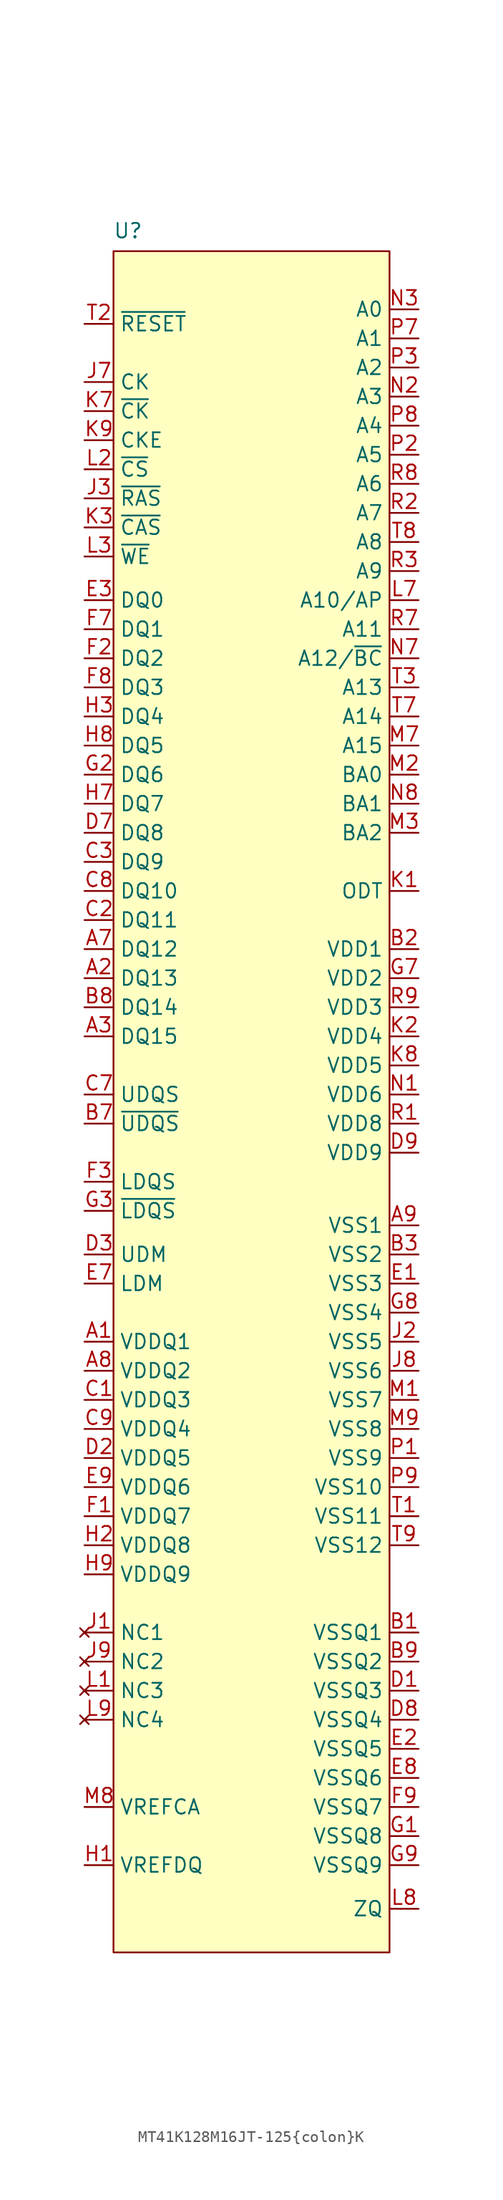
<source format=kicad_sym>
(kicad_symbol_lib
  (version 20231120)
  (generator "kicad_symbol_editor")
  (generator_version "8.0")
  (symbol "MT41K128M16JT-125{colon}K"
    (property "Reference" "U"
      (at -8.89 38.608 0)
      (effects (font (size 1.27 1.27))))
    (property "Value" ""
      (at 0 0 0)
      (effects (font (size 1.27 1.27))))
    (symbol "MT41K128M16JT-125{colon}K_1_1"
      (rectangle (start -10.16 36.83) (end 13.97 -111.76) (stroke (width 0) (type default)) (fill (type background)))
      (pin power_in line (at -12.7 -58.42 0) (length 2.54) (name "VDDQ1" (effects (font (size 1.27 1.27)))) (number "A1" (effects (font (size 1.27 1.27)))))
      (pin bidirectional line (at -12.7 -26.67 0) (length 2.54) (name "DQ13" (effects (font (size 1.27 1.27)))) (number "A2" (effects (font (size 1.27 1.27)))))
      (pin bidirectional line (at -12.7 -31.75 0) (length 2.54) (name "DQ15" (effects (font (size 1.27 1.27)))) (number "A3" (effects (font (size 1.27 1.27)))))
      (pin bidirectional line (at -12.7 -24.13 0) (length 2.54) (name "DQ12" (effects (font (size 1.27 1.27)))) (number "A7" (effects (font (size 1.27 1.27)))))
      (pin power_in line (at -12.7 -60.96 0) (length 2.54) (name "VDDQ2" (effects (font (size 1.27 1.27)))) (number "A8" (effects (font (size 1.27 1.27)))))
      (pin power_in line (at 16.51 -48.26 180) (length 2.54) (name "VSS1" (effects (font (size 1.27 1.27)))) (number "A9" (effects (font (size 1.27 1.27)))))
      (pin power_in line (at 16.51 -83.82 180) (length 2.54) (name "VSSQ1" (effects (font (size 1.27 1.27)))) (number "B1" (effects (font (size 1.27 1.27)))))
      (pin power_in line (at 16.51 -24.13 180) (length 2.54) (name "VDD1" (effects (font (size 1.27 1.27)))) (number "B2" (effects (font (size 1.27 1.27)))))
      (pin power_in line (at 16.51 -50.8 180) (length 2.54) (name "VSS2" (effects (font (size 1.27 1.27)))) (number "B3" (effects (font (size 1.27 1.27)))))
      (pin input line (at -12.7 -39.37 0) (length 2.54) (name "~{UDQS}" (effects (font (size 1.27 1.27)))) (number "B7" (effects (font (size 1.27 1.27)))))
      (pin bidirectional line (at -12.7 -29.21 0) (length 2.54) (name "DQ14" (effects (font (size 1.27 1.27)))) (number "B8" (effects (font (size 1.27 1.27)))))
      (pin power_in line (at 16.51 -86.36 180) (length 2.54) (name "VSSQ2" (effects (font (size 1.27 1.27)))) (number "B9" (effects (font (size 1.27 1.27)))))
      (pin power_in line (at -12.7 -63.5 0) (length 2.54) (name "VDDQ3" (effects (font (size 1.27 1.27)))) (number "C1" (effects (font (size 1.27 1.27)))))
      (pin bidirectional line (at -12.7 -21.59 0) (length 2.54) (name "DQ11" (effects (font (size 1.27 1.27)))) (number "C2" (effects (font (size 1.27 1.27)))))
      (pin bidirectional line (at -12.7 -16.51 0) (length 2.54) (name "DQ9" (effects (font (size 1.27 1.27)))) (number "C3" (effects (font (size 1.27 1.27)))))
      (pin input line (at -12.7 -36.83 0) (length 2.54) (name "UDQS" (effects (font (size 1.27 1.27)))) (number "C7" (effects (font (size 1.27 1.27)))))
      (pin bidirectional line (at -12.7 -19.05 0) (length 2.54) (name "DQ10" (effects (font (size 1.27 1.27)))) (number "C8" (effects (font (size 1.27 1.27)))))
      (pin power_in line (at -12.7 -66.04 0) (length 2.54) (name "VDDQ4" (effects (font (size 1.27 1.27)))) (number "C9" (effects (font (size 1.27 1.27)))))
      (pin power_in line (at 16.51 -88.9 180) (length 2.54) (name "VSSQ3" (effects (font (size 1.27 1.27)))) (number "D1" (effects (font (size 1.27 1.27)))))
      (pin power_in line (at -12.7 -68.58 0) (length 2.54) (name "VDDQ5" (effects (font (size 1.27 1.27)))) (number "D2" (effects (font (size 1.27 1.27)))))
      (pin input line (at -12.7 -50.8 0) (length 2.54) (name "UDM" (effects (font (size 1.27 1.27)))) (number "D3" (effects (font (size 1.27 1.27)))))
      (pin bidirectional line (at -12.7 -13.97 0) (length 2.54) (name "DQ8" (effects (font (size 1.27 1.27)))) (number "D7" (effects (font (size 1.27 1.27)))))
      (pin power_in line (at 16.51 -91.44 180) (length 2.54) (name "VSSQ4" (effects (font (size 1.27 1.27)))) (number "D8" (effects (font (size 1.27 1.27)))))
      (pin power_in line (at 16.51 -41.91 180) (length 2.54) (name "VDD9" (effects (font (size 1.27 1.27)))) (number "D9" (effects (font (size 1.27 1.27)))))
      (pin power_in line (at 16.51 -53.34 180) (length 2.54) (name "VSS3" (effects (font (size 1.27 1.27)))) (number "E1" (effects (font (size 1.27 1.27)))))
      (pin power_in line (at 16.51 -93.98 180) (length 2.54) (name "VSSQ5" (effects (font (size 1.27 1.27)))) (number "E2" (effects (font (size 1.27 1.27)))))
      (pin bidirectional line (at -12.7 6.35 0) (length 2.54) (name "DQ0" (effects (font (size 1.27 1.27)))) (number "E3" (effects (font (size 1.27 1.27)))))
      (pin input line (at -12.7 -53.34 0) (length 2.54) (name "LDM" (effects (font (size 1.27 1.27)))) (number "E7" (effects (font (size 1.27 1.27)))))
      (pin power_in line (at 16.51 -96.52 180) (length 2.54) (name "VSSQ6" (effects (font (size 1.27 1.27)))) (number "E8" (effects (font (size 1.27 1.27)))))
      (pin power_in line (at -12.7 -71.12 0) (length 2.54) (name "VDDQ6" (effects (font (size 1.27 1.27)))) (number "E9" (effects (font (size 1.27 1.27)))))
      (pin power_in line (at -12.7 -73.66 0) (length 2.54) (name "VDDQ7" (effects (font (size 1.27 1.27)))) (number "F1" (effects (font (size 1.27 1.27)))))
      (pin bidirectional line (at -12.7 1.27 0) (length 2.54) (name "DQ2" (effects (font (size 1.27 1.27)))) (number "F2" (effects (font (size 1.27 1.27)))))
      (pin input line (at -12.7 -44.45 0) (length 2.54) (name "LDQS" (effects (font (size 1.27 1.27)))) (number "F3" (effects (font (size 1.27 1.27)))))
      (pin bidirectional line (at -12.7 3.81 0) (length 2.54) (name "DQ1" (effects (font (size 1.27 1.27)))) (number "F7" (effects (font (size 1.27 1.27)))))
      (pin bidirectional line (at -12.7 -1.27 0) (length 2.54) (name "DQ3" (effects (font (size 1.27 1.27)))) (number "F8" (effects (font (size 1.27 1.27)))))
      (pin power_in line (at 16.51 -99.06 180) (length 2.54) (name "VSSQ7" (effects (font (size 1.27 1.27)))) (number "F9" (effects (font (size 1.27 1.27)))))
      (pin power_in line (at 16.51 -101.6 180) (length 2.54) (name "VSSQ8" (effects (font (size 1.27 1.27)))) (number "G1" (effects (font (size 1.27 1.27)))))
      (pin bidirectional line (at -12.7 -8.89 0) (length 2.54) (name "DQ6" (effects (font (size 1.27 1.27)))) (number "G2" (effects (font (size 1.27 1.27)))))
      (pin input line (at -12.7 -46.99 0) (length 2.54) (name "~{LDQS}" (effects (font (size 1.27 1.27)))) (number "G3" (effects (font (size 1.27 1.27)))))
      (pin power_in line (at 16.51 -26.67 180) (length 2.54) (name "VDD2" (effects (font (size 1.27 1.27)))) (number "G7" (effects (font (size 1.27 1.27)))))
      (pin power_in line (at 16.51 -55.88 180) (length 2.54) (name "VSS4" (effects (font (size 1.27 1.27)))) (number "G8" (effects (font (size 1.27 1.27)))))
      (pin power_in line (at 16.51 -104.14 180) (length 2.54) (name "VSSQ9" (effects (font (size 1.27 1.27)))) (number "G9" (effects (font (size 1.27 1.27)))))
      (pin power_in line (at -12.7 -104.14 0) (length 2.54) (name "VREFDQ" (effects (font (size 1.27 1.27)))) (number "H1" (effects (font (size 1.27 1.27)))))
      (pin power_in line (at -12.7 -76.2 0) (length 2.54) (name "VDDQ8" (effects (font (size 1.27 1.27)))) (number "H2" (effects (font (size 1.27 1.27)))))
      (pin bidirectional line (at -12.7 -3.81 0) (length 2.54) (name "DQ4" (effects (font (size 1.27 1.27)))) (number "H3" (effects (font (size 1.27 1.27)))))
      (pin bidirectional line (at -12.7 -11.43 0) (length 2.54) (name "DQ7" (effects (font (size 1.27 1.27)))) (number "H7" (effects (font (size 1.27 1.27)))))
      (pin bidirectional line (at -12.7 -6.35 0) (length 2.54) (name "DQ5" (effects (font (size 1.27 1.27)))) (number "H8" (effects (font (size 1.27 1.27)))))
      (pin power_in line (at -12.7 -78.74 0) (length 2.54) (name "VDDQ9" (effects (font (size 1.27 1.27)))) (number "H9" (effects (font (size 1.27 1.27)))))
      (pin no_connect line (at -12.7 -83.82 0) (length 2.54) (name "NC1" (effects (font (size 1.27 1.27)))) (number "J1" (effects (font (size 1.27 1.27)))))
      (pin power_in line (at 16.51 -58.42 180) (length 2.54) (name "VSS5" (effects (font (size 1.27 1.27)))) (number "J2" (effects (font (size 1.27 1.27)))))
      (pin input line (at -12.7 15.24 0) (length 2.54) (name "~{RAS}" (effects (font (size 1.27 1.27)))) (number "J3" (effects (font (size 1.27 1.27)))))
      (pin input line (at -12.7 25.4 0) (length 2.54) (name "CK" (effects (font (size 1.27 1.27)))) (number "J7" (effects (font (size 1.27 1.27)))))
      (pin power_in line (at 16.51 -60.96 180) (length 2.54) (name "VSS6" (effects (font (size 1.27 1.27)))) (number "J8" (effects (font (size 1.27 1.27)))))
      (pin no_connect line (at -12.7 -86.36 0) (length 2.54) (name "NC2" (effects (font (size 1.27 1.27)))) (number "J9" (effects (font (size 1.27 1.27)))))
      (pin input line (at 16.51 -19.05 180) (length 2.54) (name "ODT" (effects (font (size 1.27 1.27)))) (number "K1" (effects (font (size 1.27 1.27)))))
      (pin power_in line (at 16.51 -31.75 180) (length 2.54) (name "VDD4" (effects (font (size 1.27 1.27)))) (number "K2" (effects (font (size 1.27 1.27)))))
      (pin input line (at -12.7 12.7 0) (length 2.54) (name "~{CAS}" (effects (font (size 1.27 1.27)))) (number "K3" (effects (font (size 1.27 1.27)))))
      (pin input line (at -12.7 22.86 0) (length 2.54) (name "~{CK}" (effects (font (size 1.27 1.27)))) (number "K7" (effects (font (size 1.27 1.27)))))
      (pin power_in line (at 16.51 -34.29 180) (length 2.54) (name "VDD5" (effects (font (size 1.27 1.27)))) (number "K8" (effects (font (size 1.27 1.27)))))
      (pin input line (at -12.7 20.32 0) (length 2.54) (name "CKE" (effects (font (size 1.27 1.27)))) (number "K9" (effects (font (size 1.27 1.27)))))
      (pin no_connect line (at -12.7 -88.9 0) (length 2.54) (name "NC3" (effects (font (size 1.27 1.27)))) (number "L1" (effects (font (size 1.27 1.27)))))
      (pin input line (at -12.7 17.78 0) (length 2.54) (name "~{CS}" (effects (font (size 1.27 1.27)))) (number "L2" (effects (font (size 1.27 1.27)))))
      (pin input line (at -12.7 10.16 0) (length 2.54) (name "~{WE}" (effects (font (size 1.27 1.27)))) (number "L3" (effects (font (size 1.27 1.27)))))
      (pin input line (at 16.51 6.35 180) (length 2.54) (name "A10/AP" (effects (font (size 1.27 1.27)))) (number "L7" (effects (font (size 1.27 1.27)))))
      (pin input line (at 16.51 -107.95 180) (length 2.54) (name "ZQ" (effects (font (size 1.27 1.27)))) (number "L8" (effects (font (size 1.27 1.27)))))
      (pin no_connect line (at -12.7 -91.44 0) (length 2.54) (name "NC4" (effects (font (size 1.27 1.27)))) (number "L9" (effects (font (size 1.27 1.27)))))
      (pin power_in line (at 16.51 -63.5 180) (length 2.54) (name "VSS7" (effects (font (size 1.27 1.27)))) (number "M1" (effects (font (size 1.27 1.27)))))
      (pin input line (at 16.51 -8.89 180) (length 2.54) (name "BA0" (effects (font (size 1.27 1.27)))) (number "M2" (effects (font (size 1.27 1.27)))))
      (pin input line (at 16.51 -13.97 180) (length 2.54) (name "BA2" (effects (font (size 1.27 1.27)))) (number "M3" (effects (font (size 1.27 1.27)))))
      (pin input line (at 16.51 -6.35 180) (length 2.54) (name "A15" (effects (font (size 1.27 1.27)))) (number "M7" (effects (font (size 1.27 1.27)))))
      (pin power_in line (at -12.7 -99.06 0) (length 2.54) (name "VREFCA" (effects (font (size 1.27 1.27)))) (number "M8" (effects (font (size 1.27 1.27)))))
      (pin power_in line (at 16.51 -66.04 180) (length 2.54) (name "VSS8" (effects (font (size 1.27 1.27)))) (number "M9" (effects (font (size 1.27 1.27)))))
      (pin power_in line (at 16.51 -36.83 180) (length 2.54) (name "VDD6" (effects (font (size 1.27 1.27)))) (number "N1" (effects (font (size 1.27 1.27)))))
      (pin input line (at 16.51 24.13 180) (length 2.54) (name "A3" (effects (font (size 1.27 1.27)))) (number "N2" (effects (font (size 1.27 1.27)))))
      (pin input line (at 16.51 31.75 180) (length 2.54) (name "A0" (effects (font (size 1.27 1.27)))) (number "N3" (effects (font (size 1.27 1.27)))))
      (pin input line (at 16.51 1.27 180) (length 2.54) (name "A12/~{BC}" (effects (font (size 1.27 1.27)))) (number "N7" (effects (font (size 1.27 1.27)))))
      (pin input line (at 16.51 -11.43 180) (length 2.54) (name "BA1" (effects (font (size 1.27 1.27)))) (number "N8" (effects (font (size 1.27 1.27)))))
      (pin power_in line (at 16.51 -68.58 180) (length 2.54) (name "VSS9" (effects (font (size 1.27 1.27)))) (number "P1" (effects (font (size 1.27 1.27)))))
      (pin input line (at 16.51 19.05 180) (length 2.54) (name "A5" (effects (font (size 1.27 1.27)))) (number "P2" (effects (font (size 1.27 1.27)))))
      (pin input line (at 16.51 26.67 180) (length 2.54) (name "A2" (effects (font (size 1.27 1.27)))) (number "P3" (effects (font (size 1.27 1.27)))))
      (pin input line (at 16.51 29.21 180) (length 2.54) (name "A1" (effects (font (size 1.27 1.27)))) (number "P7" (effects (font (size 1.27 1.27)))))
      (pin input line (at 16.51 21.59 180) (length 2.54) (name "A4" (effects (font (size 1.27 1.27)))) (number "P8" (effects (font (size 1.27 1.27)))))
      (pin power_in line (at 16.51 -71.12 180) (length 2.54) (name "VSS10" (effects (font (size 1.27 1.27)))) (number "P9" (effects (font (size 1.27 1.27)))))
      (pin power_in line (at 16.51 -39.37 180) (length 2.54) (name "VDD8" (effects (font (size 1.27 1.27)))) (number "R1" (effects (font (size 1.27 1.27)))))
      (pin input line (at 16.51 13.97 180) (length 2.54) (name "A7" (effects (font (size 1.27 1.27)))) (number "R2" (effects (font (size 1.27 1.27)))))
      (pin input line (at 16.51 8.89 180) (length 2.54) (name "A9" (effects (font (size 1.27 1.27)))) (number "R3" (effects (font (size 1.27 1.27)))))
      (pin input line (at 16.51 3.81 180) (length 2.54) (name "A11" (effects (font (size 1.27 1.27)))) (number "R7" (effects (font (size 1.27 1.27)))))
      (pin input line (at 16.51 16.51 180) (length 2.54) (name "A6" (effects (font (size 1.27 1.27)))) (number "R8" (effects (font (size 1.27 1.27)))))
      (pin power_in line (at 16.51 -29.21 180) (length 2.54) (name "VDD3" (effects (font (size 1.27 1.27)))) (number "R9" (effects (font (size 1.27 1.27)))))
      (pin power_in line (at 16.51 -73.66 180) (length 2.54) (name "VSS11" (effects (font (size 1.27 1.27)))) (number "T1" (effects (font (size 1.27 1.27)))))
      (pin input line (at -12.7 30.48 0) (length 2.54) (name "~{RESET}" (effects (font (size 1.27 1.27)))) (number "T2" (effects (font (size 1.27 1.27)))))
      (pin input line (at 16.51 -1.27 180) (length 2.54) (name "A13" (effects (font (size 1.27 1.27)))) (number "T3" (effects (font (size 1.27 1.27)))))
      (pin input line (at 16.51 -3.81 180) (length 2.54) (name "A14" (effects (font (size 1.27 1.27)))) (number "T7" (effects (font (size 1.27 1.27)))))
      (pin input line (at 16.51 11.43 180) (length 2.54) (name "A8" (effects (font (size 1.27 1.27)))) (number "T8" (effects (font (size 1.27 1.27)))))
      (pin power_in line (at 16.51 -76.2 180) (length 2.54) (name "VSS12" (effects (font (size 1.27 1.27)))) (number "T9" (effects (font (size 1.27 1.27))))))))
</source>
